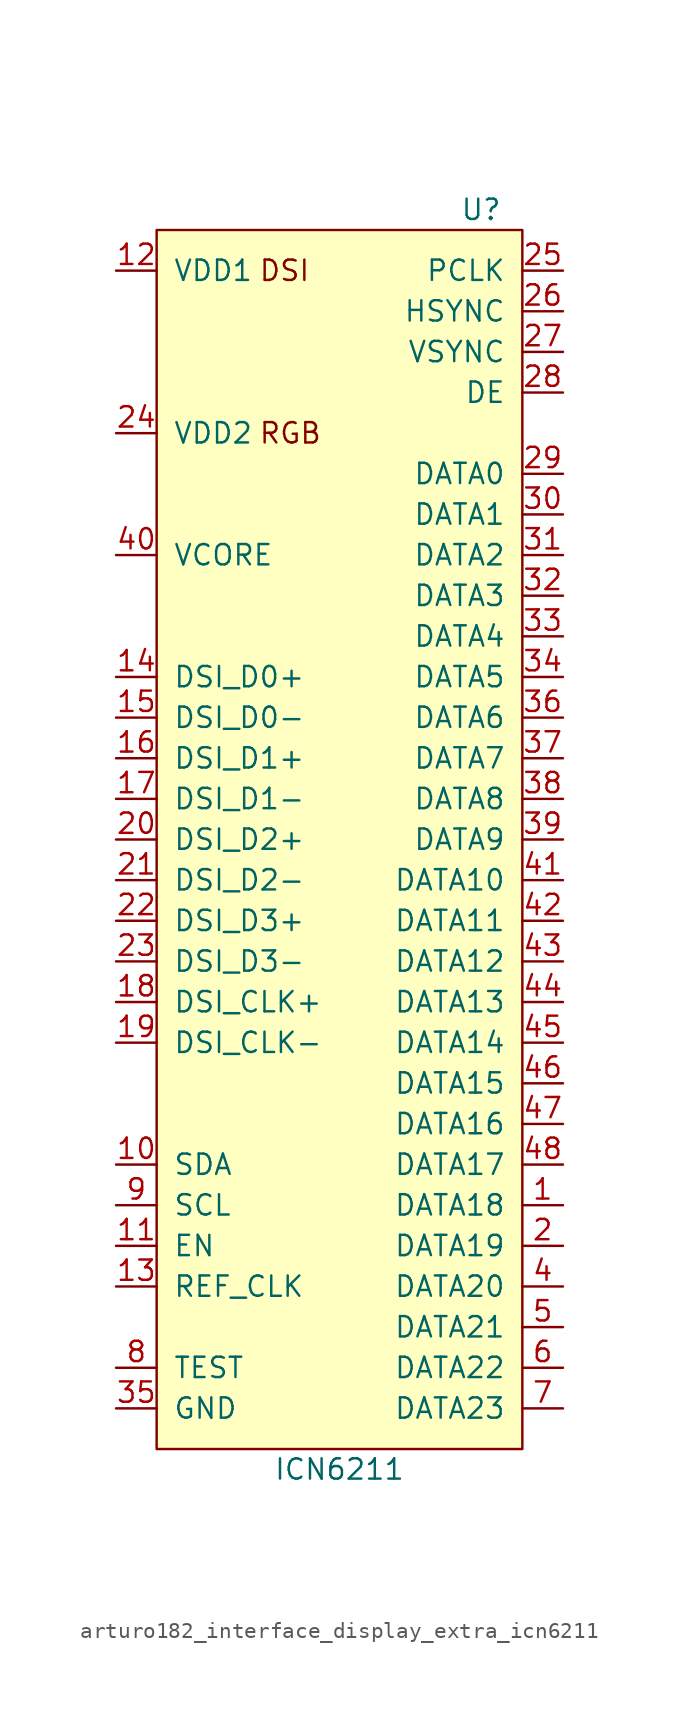
<source format=kicad_sym>
(kicad_symbol_lib
  (version 20220914)
  (generator kicad_symbol_editor)
  (symbol "arturo182_interface_display_extra_icn6211"
    (pin_names
      (offset 1.016))
    (property "Reference" "U"
      (at 10.16 39.37 0)
      (effects (font (size 1.27 1.27)) (justify right)))
    (property "Value" "ICN6211"
      (at 0 -39.37 0)
      (effects (font (size 1.27 1.27))))
    (symbol "arturo182_interface_display_extra_icn6211_0_0"
      (text "DSI" (at -5.08 35.56 0) (effects (font (size 1.27 1.27)) (justify left)))
      (text "RGB" (at -5.08 25.4 0) (effects (font (size 1.27 1.27)) (justify left))))
    (symbol "arturo182_interface_display_extra_icn6211_0_1"
      (rectangle (start -11.43 38.1) (end 11.43 -38.1) (stroke (width 0) (type solid)) (fill (type background))))
    (symbol "arturo182_interface_display_extra_icn6211_1_1"
      (pin output line (at 13.97 -22.86 180) (length 2.54) (name "DATA18" (effects (font (size 1.27 1.27)))) (number "1" (effects (font (size 1.27 1.27)))))
      (pin bidirectional line (at -13.97 -20.32 0) (length 2.54) (name "SDA" (effects (font (size 1.27 1.27)))) (number "10" (effects (font (size 1.27 1.27)))))
      (pin input line (at -13.97 -25.4 0) (length 2.54) (name "EN" (effects (font (size 1.27 1.27)))) (number "11" (effects (font (size 1.27 1.27)))))
      (pin power_in line (at -13.97 35.56 0) (length 2.54) (name "VDD1" (effects (font (size 1.27 1.27)))) (number "12" (effects (font (size 1.27 1.27)))))
      (pin input line (at -13.97 -27.94 0) (length 2.54) (name "REF_CLK" (effects (font (size 1.27 1.27)))) (number "13" (effects (font (size 1.27 1.27)))))
      (pin bidirectional line (at -13.97 10.16 0) (length 2.54) (name "DSI_D0+" (effects (font (size 1.27 1.27)))) (number "14" (effects (font (size 1.27 1.27)))))
      (pin bidirectional line (at -13.97 7.62 0) (length 2.54) (name "DSI_D0-" (effects (font (size 1.27 1.27)))) (number "15" (effects (font (size 1.27 1.27)))))
      (pin bidirectional line (at -13.97 5.08 0) (length 2.54) (name "DSI_D1+" (effects (font (size 1.27 1.27)))) (number "16" (effects (font (size 1.27 1.27)))))
      (pin bidirectional line (at -13.97 2.54 0) (length 2.54) (name "DSI_D1-" (effects (font (size 1.27 1.27)))) (number "17" (effects (font (size 1.27 1.27)))))
      (pin bidirectional line (at -13.97 -10.16 0) (length 2.54) (name "DSI_CLK+" (effects (font (size 1.27 1.27)))) (number "18" (effects (font (size 1.27 1.27)))))
      (pin bidirectional line (at -13.97 -12.7 0) (length 2.54) (name "DSI_CLK-" (effects (font (size 1.27 1.27)))) (number "19" (effects (font (size 1.27 1.27)))))
      (pin output line (at 13.97 -25.4 180) (length 2.54) (name "DATA19" (effects (font (size 1.27 1.27)))) (number "2" (effects (font (size 1.27 1.27)))))
      (pin bidirectional line (at -13.97 0 0) (length 2.54) (name "DSI_D2+" (effects (font (size 1.27 1.27)))) (number "20" (effects (font (size 1.27 1.27)))))
      (pin bidirectional line (at -13.97 -2.54 0) (length 2.54) (name "DSI_D2-" (effects (font (size 1.27 1.27)))) (number "21" (effects (font (size 1.27 1.27)))))
      (pin bidirectional line (at -13.97 -5.08 0) (length 2.54) (name "DSI_D3+" (effects (font (size 1.27 1.27)))) (number "22" (effects (font (size 1.27 1.27)))))
      (pin bidirectional line (at -13.97 -7.62 0) (length 2.54) (name "DSI_D3-" (effects (font (size 1.27 1.27)))) (number "23" (effects (font (size 1.27 1.27)))))
      (pin power_in line (at -13.97 25.4 0) (length 2.54) (name "VDD2" (effects (font (size 1.27 1.27)))) (number "24" (effects (font (size 1.27 1.27)))))
      (pin output line (at 13.97 35.56 180) (length 2.54) (name "PCLK" (effects (font (size 1.27 1.27)))) (number "25" (effects (font (size 1.27 1.27)))))
      (pin output line (at 13.97 33.02 180) (length 2.54) (name "HSYNC" (effects (font (size 1.27 1.27)))) (number "26" (effects (font (size 1.27 1.27)))))
      (pin output line (at 13.97 30.48 180) (length 2.54) (name "VSYNC" (effects (font (size 1.27 1.27)))) (number "27" (effects (font (size 1.27 1.27)))))
      (pin output line (at 13.97 27.94 180) (length 2.54) (name "DE" (effects (font (size 1.27 1.27)))) (number "28" (effects (font (size 1.27 1.27)))))
      (pin output line (at 13.97 22.86 180) (length 2.54) (name "DATA0" (effects (font (size 1.27 1.27)))) (number "29" (effects (font (size 1.27 1.27)))))
      (pin passive line (at -13.97 25.4 0) (length 2.54) hide (name "VDD3" (effects (font (size 1.27 1.27)))) (number "3" (effects (font (size 1.27 1.27)))))
      (pin output line (at 13.97 20.32 180) (length 2.54) (name "DATA1" (effects (font (size 1.27 1.27)))) (number "30" (effects (font (size 1.27 1.27)))))
      (pin output line (at 13.97 17.78 180) (length 2.54) (name "DATA2" (effects (font (size 1.27 1.27)))) (number "31" (effects (font (size 1.27 1.27)))))
      (pin output line (at 13.97 15.24 180) (length 2.54) (name "DATA3" (effects (font (size 1.27 1.27)))) (number "32" (effects (font (size 1.27 1.27)))))
      (pin output line (at 13.97 12.7 180) (length 2.54) (name "DATA4" (effects (font (size 1.27 1.27)))) (number "33" (effects (font (size 1.27 1.27)))))
      (pin output line (at 13.97 10.16 180) (length 2.54) (name "DATA5" (effects (font (size 1.27 1.27)))) (number "34" (effects (font (size 1.27 1.27)))))
      (pin power_in line (at -13.97 -35.56 0) (length 2.54) (name "GND" (effects (font (size 1.27 1.27)))) (number "35" (effects (font (size 1.27 1.27)))))
      (pin output line (at 13.97 7.62 180) (length 2.54) (name "DATA6" (effects (font (size 1.27 1.27)))) (number "36" (effects (font (size 1.27 1.27)))))
      (pin output line (at 13.97 5.08 180) (length 2.54) (name "DATA7" (effects (font (size 1.27 1.27)))) (number "37" (effects (font (size 1.27 1.27)))))
      (pin output line (at 13.97 2.54 180) (length 2.54) (name "DATA8" (effects (font (size 1.27 1.27)))) (number "38" (effects (font (size 1.27 1.27)))))
      (pin output line (at 13.97 0 180) (length 2.54) (name "DATA9" (effects (font (size 1.27 1.27)))) (number "39" (effects (font (size 1.27 1.27)))))
      (pin output line (at 13.97 -27.94 180) (length 2.54) (name "DATA20" (effects (font (size 1.27 1.27)))) (number "4" (effects (font (size 1.27 1.27)))))
      (pin power_out line (at -13.97 17.78 0) (length 2.54) (name "VCORE" (effects (font (size 1.27 1.27)))) (number "40" (effects (font (size 1.27 1.27)))))
      (pin output line (at 13.97 -2.54 180) (length 2.54) (name "DATA10" (effects (font (size 1.27 1.27)))) (number "41" (effects (font (size 1.27 1.27)))))
      (pin output line (at 13.97 -5.08 180) (length 2.54) (name "DATA11" (effects (font (size 1.27 1.27)))) (number "42" (effects (font (size 1.27 1.27)))))
      (pin output line (at 13.97 -7.62 180) (length 2.54) (name "DATA12" (effects (font (size 1.27 1.27)))) (number "43" (effects (font (size 1.27 1.27)))))
      (pin output line (at 13.97 -10.16 180) (length 2.54) (name "DATA13" (effects (font (size 1.27 1.27)))) (number "44" (effects (font (size 1.27 1.27)))))
      (pin output line (at 13.97 -12.7 180) (length 2.54) (name "DATA14" (effects (font (size 1.27 1.27)))) (number "45" (effects (font (size 1.27 1.27)))))
      (pin output line (at 13.97 -15.24 180) (length 2.54) (name "DATA15" (effects (font (size 1.27 1.27)))) (number "46" (effects (font (size 1.27 1.27)))))
      (pin output line (at 13.97 -17.78 180) (length 2.54) (name "DATA16" (effects (font (size 1.27 1.27)))) (number "47" (effects (font (size 1.27 1.27)))))
      (pin output line (at 13.97 -20.32 180) (length 2.54) (name "DATA17" (effects (font (size 1.27 1.27)))) (number "48" (effects (font (size 1.27 1.27)))))
      (pin passive line (at -13.97 -35.56 0) (length 2.54) hide (name "PAD" (effects (font (size 1.27 1.27)))) (number "49" (effects (font (size 1.27 1.27)))))
      (pin output line (at 13.97 -30.48 180) (length 2.54) (name "DATA21" (effects (font (size 1.27 1.27)))) (number "5" (effects (font (size 1.27 1.27)))))
      (pin output line (at 13.97 -33.02 180) (length 2.54) (name "DATA22" (effects (font (size 1.27 1.27)))) (number "6" (effects (font (size 1.27 1.27)))))
      (pin output line (at 13.97 -35.56 180) (length 2.54) (name "DATA23" (effects (font (size 1.27 1.27)))) (number "7" (effects (font (size 1.27 1.27)))))
      (pin input line (at -13.97 -33.02 0) (length 2.54) (name "TEST" (effects (font (size 1.27 1.27)))) (number "8" (effects (font (size 1.27 1.27)))))
      (pin input line (at -13.97 -22.86 0) (length 2.54) (name "SCL" (effects (font (size 1.27 1.27)))) (number "9" (effects (font (size 1.27 1.27))))))))
</source>
